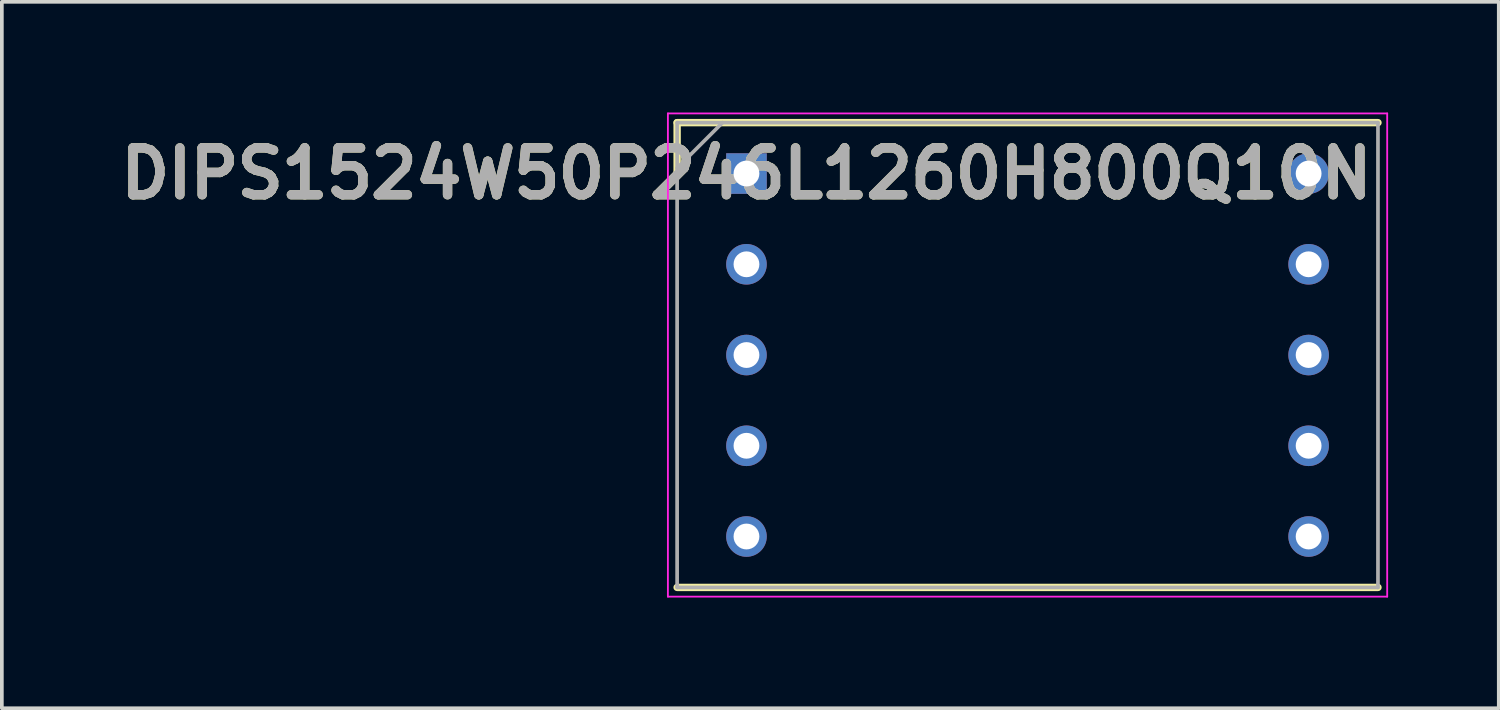
<source format=kicad_pcb>
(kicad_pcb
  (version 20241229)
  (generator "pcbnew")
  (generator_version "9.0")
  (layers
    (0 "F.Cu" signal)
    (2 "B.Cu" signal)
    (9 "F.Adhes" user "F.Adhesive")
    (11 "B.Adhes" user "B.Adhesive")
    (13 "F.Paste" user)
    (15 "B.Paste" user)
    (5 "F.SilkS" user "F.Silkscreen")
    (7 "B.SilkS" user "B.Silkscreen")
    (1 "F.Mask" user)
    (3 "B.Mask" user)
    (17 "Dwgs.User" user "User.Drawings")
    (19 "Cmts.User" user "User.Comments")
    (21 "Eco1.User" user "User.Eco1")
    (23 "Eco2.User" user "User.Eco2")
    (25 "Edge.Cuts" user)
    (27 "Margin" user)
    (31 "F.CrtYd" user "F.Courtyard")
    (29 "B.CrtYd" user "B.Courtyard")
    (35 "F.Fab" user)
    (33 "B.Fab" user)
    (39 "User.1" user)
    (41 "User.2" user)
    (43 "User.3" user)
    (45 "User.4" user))
  (footprint "DIPS1524W50P246L1260H800Q10N"
    (layer "F.Cu")
    (at 17.187 1.655)
    (property "Reference" "DIPS1524W50P246L1260H800Q10N" (at 0 0 0) (layer "F.SilkS") (effects (font (size 1.27 1.27) (thickness 0.254))))
    (attr through_hole)
    (fp_line (start -1.88 -1.38) (end -1.88 0) (stroke (width 0.2) (type solid)) (layer "F.SilkS"))
    (fp_line (start -1.88 11.22) (end 17.12 11.22) (stroke (width 0.2) (type solid)) (layer "F.SilkS"))
    (fp_line (start 17.12 -1.38) (end -1.88 -1.38) (stroke (width 0.2) (type solid)) (layer "F.SilkS"))
    (fp_line (start -2.13 -1.63) (end 17.37 -1.63) (stroke (width 0.05) (type solid)) (layer "F.CrtYd"))
    (fp_line (start -2.13 11.47) (end -2.13 -1.63) (stroke (width 0.05) (type solid)) (layer "F.CrtYd"))
    (fp_line (start 17.37 -1.63) (end 17.37 11.47) (stroke (width 0.05) (type solid)) (layer "F.CrtYd"))
    (fp_line (start 17.37 11.47) (end -2.13 11.47) (stroke (width 0.05) (type solid)) (layer "F.CrtYd"))
    (fp_line (start -1.88 -1.38) (end 17.12 -1.38) (stroke (width 0.1) (type solid)) (layer "F.Fab"))
    (fp_line (start -1.88 -0.15) (end -0.65 -1.38) (stroke (width 0.1) (type solid)) (layer "F.Fab"))
    (fp_line (start -1.88 11.22) (end -1.88 -1.38) (stroke (width 0.1) (type solid)) (layer "F.Fab"))
    (fp_line (start 17.12 -1.38) (end 17.12 11.22) (stroke (width 0.1) (type solid)) (layer "F.Fab"))
    (fp_line (start 17.12 11.22) (end -1.88 11.22) (stroke (width 0.1) (type solid)) (layer "F.Fab"))
    (fp_text user "${REFERENCE}" (at 0 0 0) (layer "F.Fab") (effects (font (size 1.27 1.27) (thickness 0.254))))
    (pad "1" thru_hole rect (at 0 0) (size 1.1 1.1) (drill 0.7) (layers "*.Cu" "*.Mask"))
    (pad "2" thru_hole circle (at 0 2.46) (size 1.1 1.1) (drill 0.7) (layers "*.Cu" "*.Mask"))
    (pad "3" thru_hole circle (at 0 4.92) (size 1.1 1.1) (drill 0.7) (layers "*.Cu" "*.Mask"))
    (pad "4" thru_hole circle (at 0 7.38) (size 1.1 1.1) (drill 0.7) (layers "*.Cu" "*.Mask"))
    (pad "5" thru_hole circle (at 0 9.84) (size 1.1 1.1) (drill 0.7) (layers "*.Cu" "*.Mask"))
    (pad "6" thru_hole circle (at 15.24 9.84) (size 1.1 1.1) (drill 0.7) (layers "*.Cu" "*.Mask"))
    (pad "7" thru_hole circle (at 15.24 7.38) (size 1.1 1.1) (drill 0.7) (layers "*.Cu" "*.Mask"))
    (pad "8" thru_hole circle (at 15.24 4.92) (size 1.1 1.1) (drill 0.7) (layers "*.Cu" "*.Mask"))
    (pad "9" thru_hole circle (at 15.24 2.46) (size 1.1 1.1) (drill 0.7) (layers "*.Cu" "*.Mask"))
    (pad "10" thru_hole circle (at 15.24 0) (size 1.1 1.1) (drill 0.7) (layers "*.Cu" "*.Mask")))
  (gr_rect
    (start -3 -3)
    (end 37.582 16.15)
    (stroke (width 0.1) (type default))
    (fill no)
    (layer "Edge.Cuts")))
</source>
